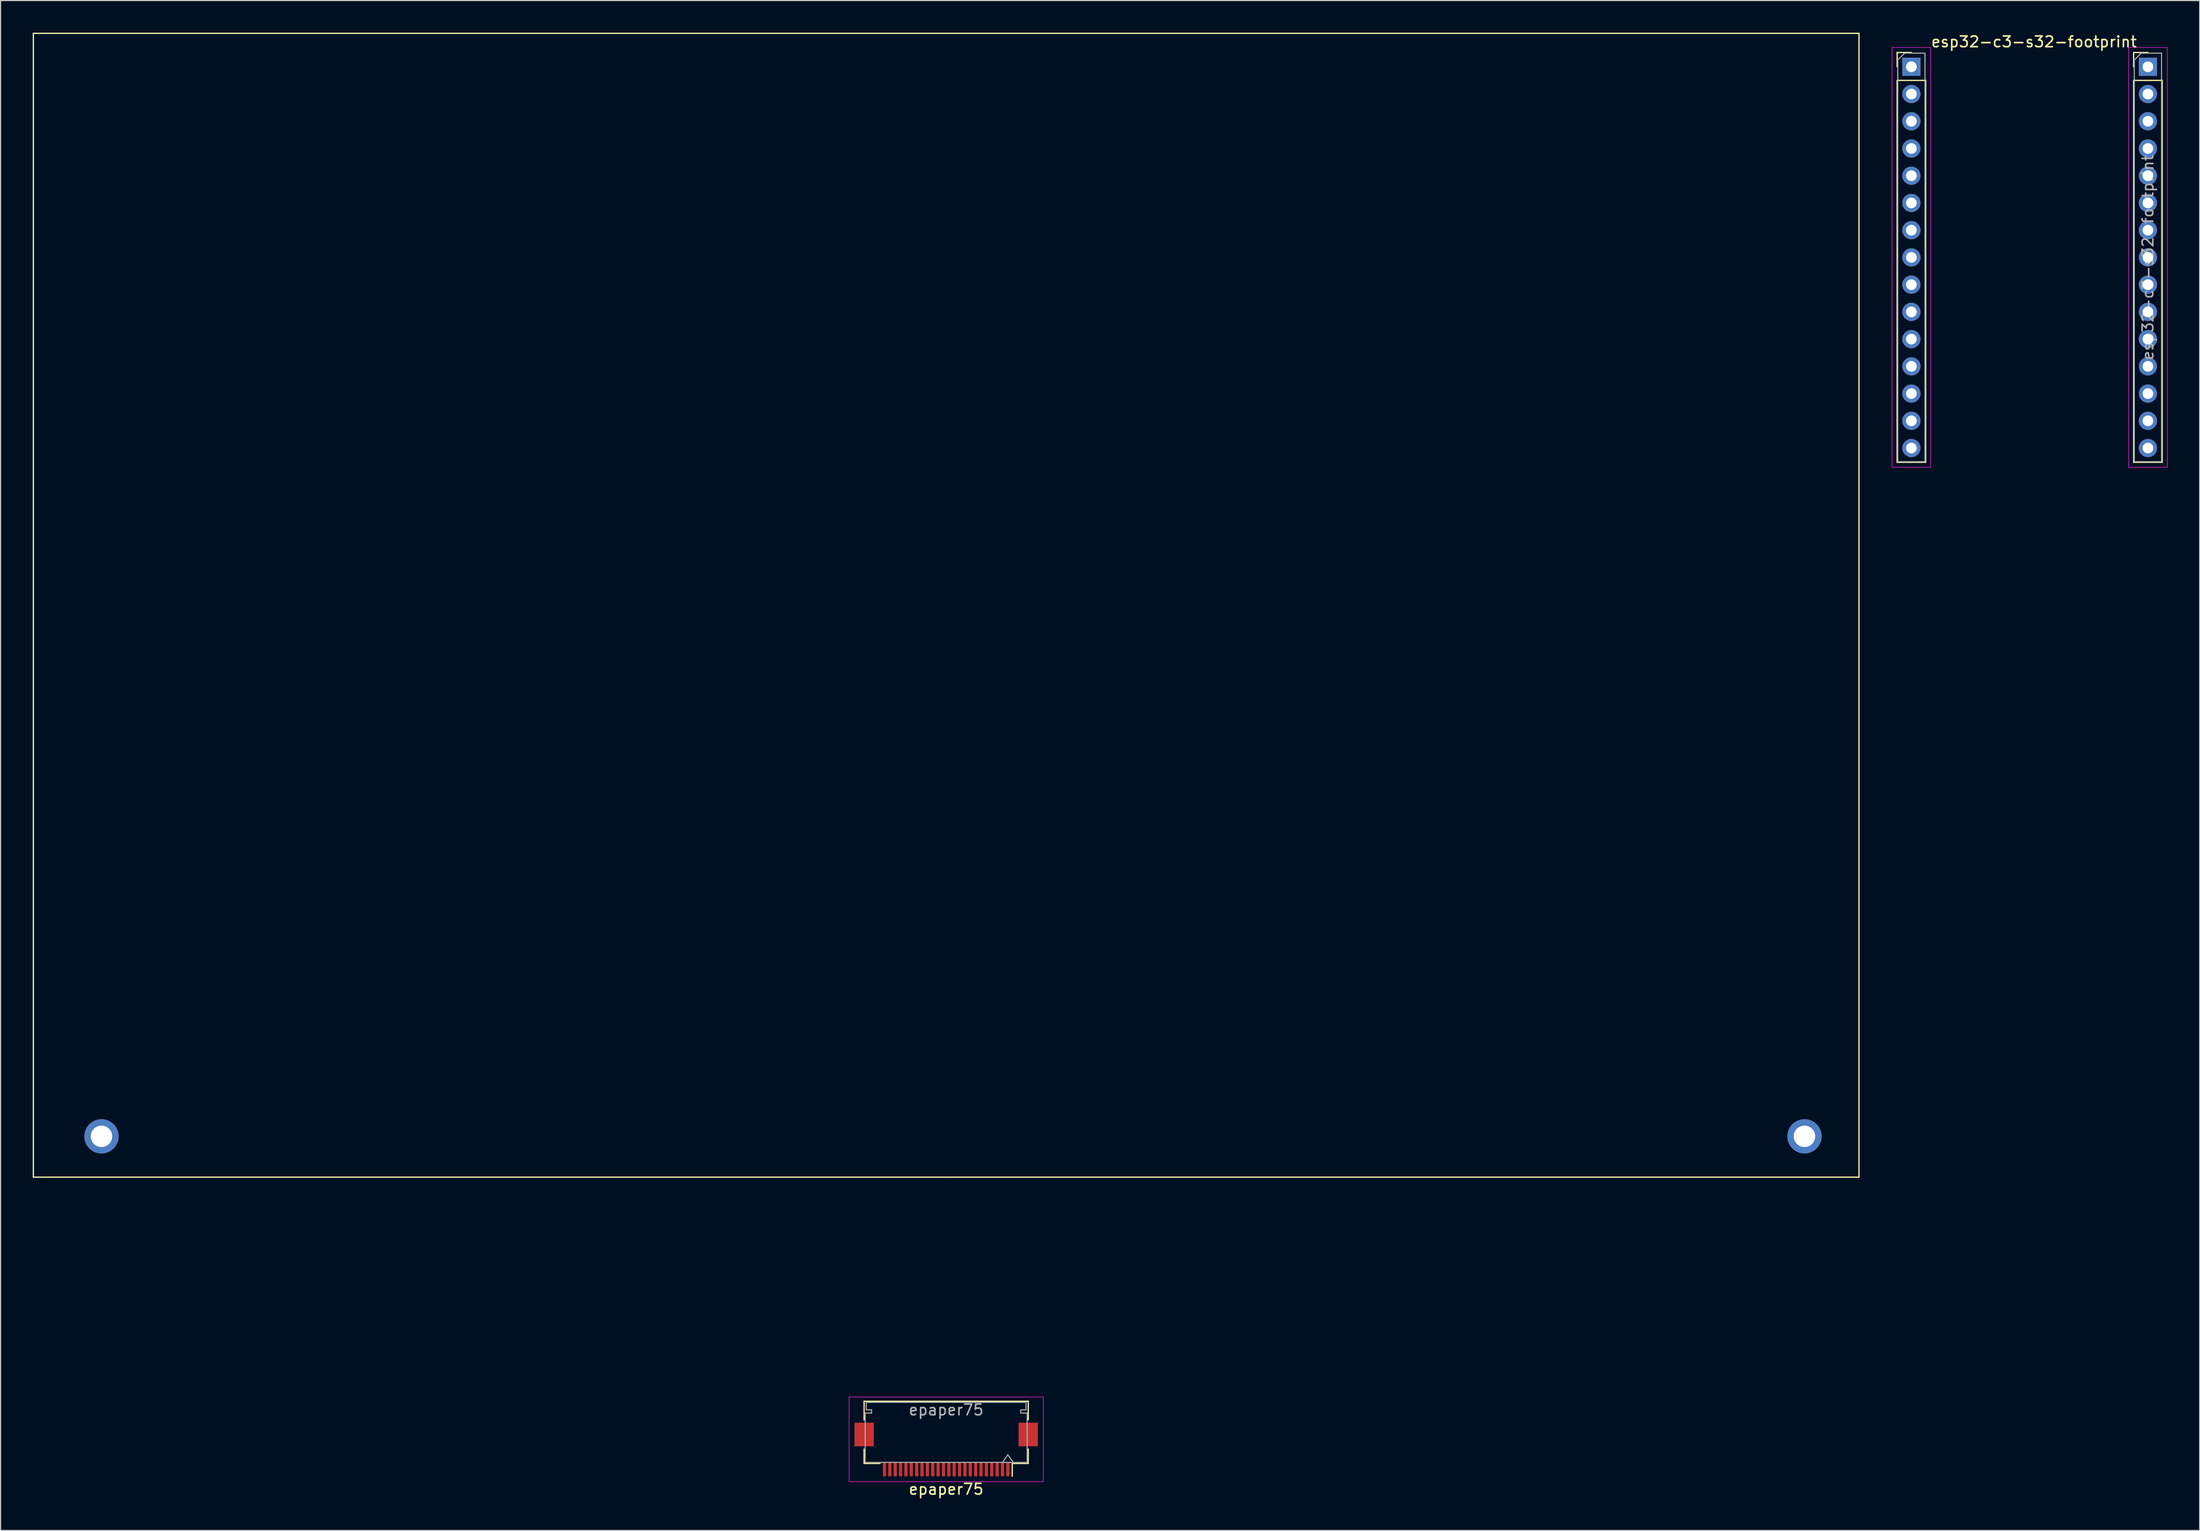
<source format=kicad_pcb>
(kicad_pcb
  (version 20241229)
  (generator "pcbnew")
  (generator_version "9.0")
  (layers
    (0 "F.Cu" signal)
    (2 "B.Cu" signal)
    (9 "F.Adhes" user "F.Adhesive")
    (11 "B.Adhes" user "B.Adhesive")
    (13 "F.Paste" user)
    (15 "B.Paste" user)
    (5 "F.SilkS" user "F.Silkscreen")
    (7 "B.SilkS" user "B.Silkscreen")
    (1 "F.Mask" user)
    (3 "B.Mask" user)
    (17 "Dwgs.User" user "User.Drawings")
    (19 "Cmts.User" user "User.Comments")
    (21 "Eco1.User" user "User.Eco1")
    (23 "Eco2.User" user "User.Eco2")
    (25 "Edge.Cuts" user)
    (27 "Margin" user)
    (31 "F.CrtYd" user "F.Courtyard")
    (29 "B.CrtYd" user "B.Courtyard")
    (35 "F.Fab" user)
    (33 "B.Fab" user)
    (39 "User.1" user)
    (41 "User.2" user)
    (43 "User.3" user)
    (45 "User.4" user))
  (footprint "epaper75"
    (layer "F.Cu")
    (at 85.15 106.74)
    (property "Reference" "epaper75" (at 0 29.1 180) (layer "F.SilkS") (effects (font (size 1 1) (thickness 0.15))))
    (attr smd)
    (fp_line (start -85.09 -106.68) (end -85.09 0) (stroke (width 0.12) (type solid)) (layer "F.SilkS"))
    (fp_line (start -85.09 0) (end 0 0) (stroke (width 0.12) (type solid)) (layer "F.SilkS"))
    (fp_line (start -7.65 20.9) (end -7.65 22.64) (stroke (width 0.12) (type solid)) (layer "F.SilkS"))
    (fp_line (start -7.65 26.7) (end -7.65 25.36) (stroke (width 0.12) (type solid)) (layer "F.SilkS"))
    (fp_line (start -6.16 26.7) (end -7.65 26.7) (stroke (width 0.12) (type solid)) (layer "F.SilkS"))
    (fp_line (start 0 0) (end 85.09 0) (stroke (width 0.12) (type solid)) (layer "F.SilkS"))
    (fp_line (start 6.16 26.7) (end 6.16 27.9) (stroke (width 0.12) (type solid)) (layer "F.SilkS"))
    (fp_line (start 6.16 26.7) (end 7.65 26.7) (stroke (width 0.12) (type solid)) (layer "F.SilkS"))
    (fp_line (start 7.65 20.9) (end -7.65 20.9) (stroke (width 0.12) (type solid)) (layer "F.SilkS"))
    (fp_line (start 7.65 22.64) (end 7.65 20.9) (stroke (width 0.12) (type solid)) (layer "F.SilkS"))
    (fp_line (start 7.65 26.7) (end 7.65 25.36) (stroke (width 0.12) (type solid)) (layer "F.SilkS"))
    (fp_line (start 85.09 -106.68) (end -85.09 -106.68) (stroke (width 0.12) (type solid)) (layer "F.SilkS"))
    (fp_line (start 85.09 0) (end 85.09 -106.68) (stroke (width 0.12) (type solid)) (layer "F.SilkS"))
    (fp_line (start -9.05 20.5) (end -9.05 28.4) (stroke (width 0.05) (type solid)) (layer "F.CrtYd"))
    (fp_line (start -9.05 28.4) (end 9.05 28.4) (stroke (width 0.05) (type solid)) (layer "F.CrtYd"))
    (fp_line (start 9.05 20.5) (end -9.05 20.5) (stroke (width 0.05) (type solid)) (layer "F.CrtYd"))
    (fp_line (start 9.05 28.4) (end 9.05 20.5) (stroke (width 0.05) (type solid)) (layer "F.CrtYd"))
    (fp_line (start -7.55 22) (end -6.95 22) (stroke (width 0.1) (type solid)) (layer "F.Fab"))
    (fp_line (start -7.55 26.6) (end -7.55 22) (stroke (width 0.1) (type solid)) (layer "F.Fab"))
    (fp_line (start -7.45 21) (end 0 21) (stroke (width 0.1) (type solid)) (layer "F.Fab"))
    (fp_line (start -7.45 21.7) (end -7.45 21) (stroke (width 0.1) (type solid)) (layer "F.Fab"))
    (fp_line (start -6.95 21.7) (end -7.45 21.7) (stroke (width 0.1) (type solid)) (layer "F.Fab"))
    (fp_line (start -6.95 22) (end -6.95 21.7) (stroke (width 0.1) (type solid)) (layer "F.Fab"))
    (fp_line (start 0 26.6) (end -7.55 26.6) (stroke (width 0.1) (type solid)) (layer "F.Fab"))
    (fp_line (start 0 26.6) (end 7.55 26.6) (stroke (width 0.1) (type solid)) (layer "F.Fab"))
    (fp_line (start 5.75 25.893) (end 5.25 26.6) (stroke (width 0.1) (type solid)) (layer "F.Fab"))
    (fp_line (start 6.25 26.6) (end 5.75 25.893) (stroke (width 0.1) (type solid)) (layer "F.Fab"))
    (fp_line (start 6.95 21.7) (end 7.45 21.7) (stroke (width 0.1) (type solid)) (layer "F.Fab"))
    (fp_line (start 6.95 22) (end 6.95 21.7) (stroke (width 0.1) (type solid)) (layer "F.Fab"))
    (fp_line (start 7.45 21) (end 0 21) (stroke (width 0.1) (type solid)) (layer "F.Fab"))
    (fp_line (start 7.45 21.7) (end 7.45 21) (stroke (width 0.1) (type solid)) (layer "F.Fab"))
    (fp_line (start 7.55 22) (end 6.95 22) (stroke (width 0.1) (type solid)) (layer "F.Fab"))
    (fp_line (start 7.55 26.6) (end 7.55 22) (stroke (width 0.1) (type solid)) (layer "F.Fab"))
    (fp_text user "${REFERENCE}" (at 0 21.7 180) (layer "F.Fab") (effects (font (size 1 1) (thickness 0.15))))
    (pad "" thru_hole circle (at -78.74 -3.81) (size 3.2 3.2) (drill 2) (layers "*.Cu" "*.Mask"))
    (pad "" thru_hole circle (at 80.01 -3.81) (size 3.2 3.2) (drill 2) (layers "*.Cu" "*.Mask"))
    (pad "1" smd rect (at 5.75 27.25 180) (size 0.3 1.3) (layers "F.Cu" "F.Mask" "F.Paste"))
    (pad "2" smd rect (at 5.25 27.25 180) (size 0.3 1.3) (layers "F.Cu" "F.Mask" "F.Paste"))
    (pad "3" smd rect (at 4.75 27.25 180) (size 0.3 1.3) (layers "F.Cu" "F.Mask" "F.Paste"))
    (pad "4" smd rect (at 4.25 27.25 180) (size 0.3 1.3) (layers "F.Cu" "F.Mask" "F.Paste"))
    (pad "5" smd rect (at 3.75 27.25 180) (size 0.3 1.3) (layers "F.Cu" "F.Mask" "F.Paste"))
    (pad "6" smd rect (at 3.25 27.25 180) (size 0.3 1.3) (layers "F.Cu" "F.Mask" "F.Paste"))
    (pad "7" smd rect (at 2.75 27.25 180) (size 0.3 1.3) (layers "F.Cu" "F.Mask" "F.Paste"))
    (pad "8" smd rect (at 2.25 27.25 180) (size 0.3 1.3) (layers "F.Cu" "F.Mask" "F.Paste"))
    (pad "9" smd rect (at 1.75 27.25 180) (size 0.3 1.3) (layers "F.Cu" "F.Mask" "F.Paste"))
    (pad "10" smd rect (at 1.25 27.25 180) (size 0.3 1.3) (layers "F.Cu" "F.Mask" "F.Paste"))
    (pad "11" smd rect (at 0.75 27.25 180) (size 0.3 1.3) (layers "F.Cu" "F.Mask" "F.Paste"))
    (pad "12" smd rect (at 0.25 27.25 180) (size 0.3 1.3) (layers "F.Cu" "F.Mask" "F.Paste"))
    (pad "13" smd rect (at -0.25 27.25 180) (size 0.3 1.3) (layers "F.Cu" "F.Mask" "F.Paste"))
    (pad "14" smd rect (at -0.75 27.25 180) (size 0.3 1.3) (layers "F.Cu" "F.Mask" "F.Paste"))
    (pad "15" smd rect (at -1.25 27.25 180) (size 0.3 1.3) (layers "F.Cu" "F.Mask" "F.Paste"))
    (pad "16" smd rect (at -1.75 27.25 180) (size 0.3 1.3) (layers "F.Cu" "F.Mask" "F.Paste"))
    (pad "17" smd rect (at -2.25 27.25 180) (size 0.3 1.3) (layers "F.Cu" "F.Mask" "F.Paste"))
    (pad "18" smd rect (at -2.75 27.25 180) (size 0.3 1.3) (layers "F.Cu" "F.Mask" "F.Paste"))
    (pad "19" smd rect (at -3.25 27.25 180) (size 0.3 1.3) (layers "F.Cu" "F.Mask" "F.Paste"))
    (pad "20" smd rect (at -3.75 27.25 180) (size 0.3 1.3) (layers "F.Cu" "F.Mask" "F.Paste"))
    (pad "21" smd rect (at -4.25 27.25 180) (size 0.3 1.3) (layers "F.Cu" "F.Mask" "F.Paste"))
    (pad "22" smd rect (at -4.75 27.25 180) (size 0.3 1.3) (layers "F.Cu" "F.Mask" "F.Paste"))
    (pad "23" smd rect (at -5.25 27.25 180) (size 0.3 1.3) (layers "F.Cu" "F.Mask" "F.Paste"))
    (pad "24" smd rect (at -5.75 27.25 180) (size 0.3 1.3) (layers "F.Cu" "F.Mask" "F.Paste"))
    (pad "MP" smd rect (at -7.65 24 180) (size 1.8 2.2) (layers "F.Cu" "F.Mask" "F.Paste"))
    (pad "MP" smd rect (at 7.65 24 180) (size 1.8 2.2) (layers "F.Cu" "F.Mask" "F.Paste")))
  (footprint "esp32-c3-s32-footprint"
    (layer "F.Cu")
    (at 175.125 3.178)
    (property "Reference" "esp32-c3-s32-footprint" (at 11.43 -2.33 180) (layer "F.SilkS") (effects (font (size 1 1) (thickness 0.15))))
    (attr through_hole)
    (fp_line (start -1.33 -1.33) (end 0 -1.33) (stroke (width 0.12) (type solid)) (layer "F.SilkS"))
    (fp_line (start -1.33 0) (end -1.33 -1.33) (stroke (width 0.12) (type solid)) (layer "F.SilkS"))
    (fp_line (start -1.33 1.27) (end -1.33 36.89) (stroke (width 0.12) (type solid)) (layer "F.SilkS"))
    (fp_line (start -1.33 1.27) (end 1.33 1.27) (stroke (width 0.12) (type solid)) (layer "F.SilkS"))
    (fp_line (start -1.33 36.89) (end 1.33 36.89) (stroke (width 0.12) (type solid)) (layer "F.SilkS"))
    (fp_line (start 1.33 1.27) (end 1.33 36.89) (stroke (width 0.12) (type solid)) (layer "F.SilkS"))
    (fp_line (start 20.72 -1.33) (end 22.05 -1.33) (stroke (width 0.12) (type solid)) (layer "F.SilkS"))
    (fp_line (start 20.72 0) (end 20.72 -1.33) (stroke (width 0.12) (type solid)) (layer "F.SilkS"))
    (fp_line (start 20.72 1.27) (end 20.72 36.89) (stroke (width 0.12) (type solid)) (layer "F.SilkS"))
    (fp_line (start 20.72 1.27) (end 23.38 1.27) (stroke (width 0.12) (type solid)) (layer "F.SilkS"))
    (fp_line (start 20.72 36.89) (end 23.38 36.89) (stroke (width 0.12) (type solid)) (layer "F.SilkS"))
    (fp_line (start 23.38 1.27) (end 23.38 36.89) (stroke (width 0.12) (type solid)) (layer "F.SilkS"))
    (fp_line (start -1.8 -1.8) (end -1.8 37.35) (stroke (width 0.05) (type solid)) (layer "F.CrtYd"))
    (fp_line (start -1.8 37.35) (end 1.8 37.35) (stroke (width 0.05) (type solid)) (layer "F.CrtYd"))
    (fp_line (start 1.8 -1.8) (end -1.8 -1.8) (stroke (width 0.05) (type solid)) (layer "F.CrtYd"))
    (fp_line (start 1.8 37.35) (end 1.8 -1.8) (stroke (width 0.05) (type solid)) (layer "F.CrtYd"))
    (fp_line (start 20.25 -1.8) (end 20.25 37.35) (stroke (width 0.05) (type solid)) (layer "F.CrtYd"))
    (fp_line (start 20.25 37.35) (end 23.85 37.35) (stroke (width 0.05) (type solid)) (layer "F.CrtYd"))
    (fp_line (start 23.85 -1.8) (end 20.25 -1.8) (stroke (width 0.05) (type solid)) (layer "F.CrtYd"))
    (fp_line (start 23.85 37.35) (end 23.85 -1.8) (stroke (width 0.05) (type solid)) (layer "F.CrtYd"))
    (fp_line (start -1.27 -0.635) (end -0.635 -1.27) (stroke (width 0.1) (type solid)) (layer "F.Fab"))
    (fp_line (start -1.27 36.83) (end -1.27 -0.635) (stroke (width 0.1) (type solid)) (layer "F.Fab"))
    (fp_line (start -0.635 -1.27) (end 1.27 -1.27) (stroke (width 0.1) (type solid)) (layer "F.Fab"))
    (fp_line (start 1.27 -1.27) (end 1.27 36.83) (stroke (width 0.1) (type solid)) (layer "F.Fab"))
    (fp_line (start 1.27 36.83) (end -1.27 36.83) (stroke (width 0.1) (type solid)) (layer "F.Fab"))
    (fp_line (start 20.78 -0.635) (end 21.415 -1.27) (stroke (width 0.1) (type solid)) (layer "F.Fab"))
    (fp_line (start 20.78 36.83) (end 20.78 -0.635) (stroke (width 0.1) (type solid)) (layer "F.Fab"))
    (fp_line (start 21.415 -1.27) (end 23.32 -1.27) (stroke (width 0.1) (type solid)) (layer "F.Fab"))
    (fp_line (start 23.32 -1.27) (end 23.32 36.83) (stroke (width 0.1) (type solid)) (layer "F.Fab"))
    (fp_line (start 23.32 36.83) (end 20.78 36.83) (stroke (width 0.1) (type solid)) (layer "F.Fab"))
    (fp_text user "${REFERENCE}" (at 22.05 17.78 90) (layer "F.Fab") (effects (font (size 1 1) (thickness 0.15))))
    (pad "1" thru_hole rect (at 22.05 0) (size 1.7 1.7) (drill 1) (layers "*.Cu" "*.Mask"))
    (pad "2" thru_hole oval (at 22.05 2.54) (size 1.7 1.7) (drill 1) (layers "*.Cu" "*.Mask"))
    (pad "3" thru_hole oval (at 22.05 5.08) (size 1.7 1.7) (drill 1) (layers "*.Cu" "*.Mask"))
    (pad "4" thru_hole oval (at 22.05 7.62) (size 1.7 1.7) (drill 1) (layers "*.Cu" "*.Mask"))
    (pad "5" thru_hole oval (at 22.05 10.16) (size 1.7 1.7) (drill 1) (layers "*.Cu" "*.Mask"))
    (pad "6" thru_hole oval (at 22.05 12.7) (size 1.7 1.7) (drill 1) (layers "*.Cu" "*.Mask"))
    (pad "7" thru_hole oval (at 22.05 15.24) (size 1.7 1.7) (drill 1) (layers "*.Cu" "*.Mask"))
    (pad "8" thru_hole oval (at 22.05 17.78) (size 1.7 1.7) (drill 1) (layers "*.Cu" "*.Mask"))
    (pad "9" thru_hole oval (at 22.05 20.32) (size 1.7 1.7) (drill 1) (layers "*.Cu" "*.Mask"))
    (pad "10" thru_hole oval (at 22.05 22.86) (size 1.7 1.7) (drill 1) (layers "*.Cu" "*.Mask"))
    (pad "11" thru_hole oval (at 22.05 25.4) (size 1.7 1.7) (drill 1) (layers "*.Cu" "*.Mask"))
    (pad "12" thru_hole oval (at 22.05 27.94) (size 1.7 1.7) (drill 1) (layers "*.Cu" "*.Mask"))
    (pad "13" thru_hole oval (at 22.05 30.48) (size 1.7 1.7) (drill 1) (layers "*.Cu" "*.Mask"))
    (pad "14" thru_hole oval (at 22.05 33.02) (size 1.7 1.7) (drill 1) (layers "*.Cu" "*.Mask"))
    (pad "15" thru_hole oval (at 22.05 35.56) (size 1.7 1.7) (drill 1) (layers "*.Cu" "*.Mask"))
    (pad "16" thru_hole oval (at 0 35.56) (size 1.7 1.7) (drill 1) (layers "*.Cu" "*.Mask"))
    (pad "17" thru_hole oval (at 0 33.02) (size 1.7 1.7) (drill 1) (layers "*.Cu" "*.Mask"))
    (pad "18" thru_hole oval (at 0 30.48) (size 1.7 1.7) (drill 1) (layers "*.Cu" "*.Mask"))
    (pad "19" thru_hole oval (at 0 27.94) (size 1.7 1.7) (drill 1) (layers "*.Cu" "*.Mask"))
    (pad "20" thru_hole oval (at 0 25.4) (size 1.7 1.7) (drill 1) (layers "*.Cu" "*.Mask"))
    (pad "21" thru_hole oval (at 0 22.86) (size 1.7 1.7) (drill 1) (layers "*.Cu" "*.Mask"))
    (pad "22" thru_hole oval (at 0 20.32) (size 1.7 1.7) (drill 1) (layers "*.Cu" "*.Mask"))
    (pad "23" thru_hole oval (at 0 17.78) (size 1.7 1.7) (drill 1) (layers "*.Cu" "*.Mask"))
    (pad "24" thru_hole oval (at 0 15.24) (size 1.7 1.7) (drill 1) (layers "*.Cu" "*.Mask"))
    (pad "25" thru_hole oval (at 0 12.7) (size 1.7 1.7) (drill 1) (layers "*.Cu" "*.Mask"))
    (pad "26" thru_hole oval (at 0 10.16) (size 1.7 1.7) (drill 1) (layers "*.Cu" "*.Mask"))
    (pad "27" thru_hole oval (at 0 7.62) (size 1.7 1.7) (drill 1) (layers "*.Cu" "*.Mask"))
    (pad "28" thru_hole oval (at 0 5.08) (size 1.7 1.7) (drill 1) (layers "*.Cu" "*.Mask"))
    (pad "29" thru_hole oval (at 0 2.54) (size 1.7 1.7) (drill 1) (layers "*.Cu" "*.Mask"))
    (pad "30" thru_hole rect (at 0 0) (size 1.7 1.7) (drill 1) (layers "*.Cu" "*.Mask")))
  (gr_rect
    (start -3 -3)
    (end 202 139.688)
    (stroke (width 0.1) (type default))
    (fill no)
    (layer "Edge.Cuts")))
</source>
